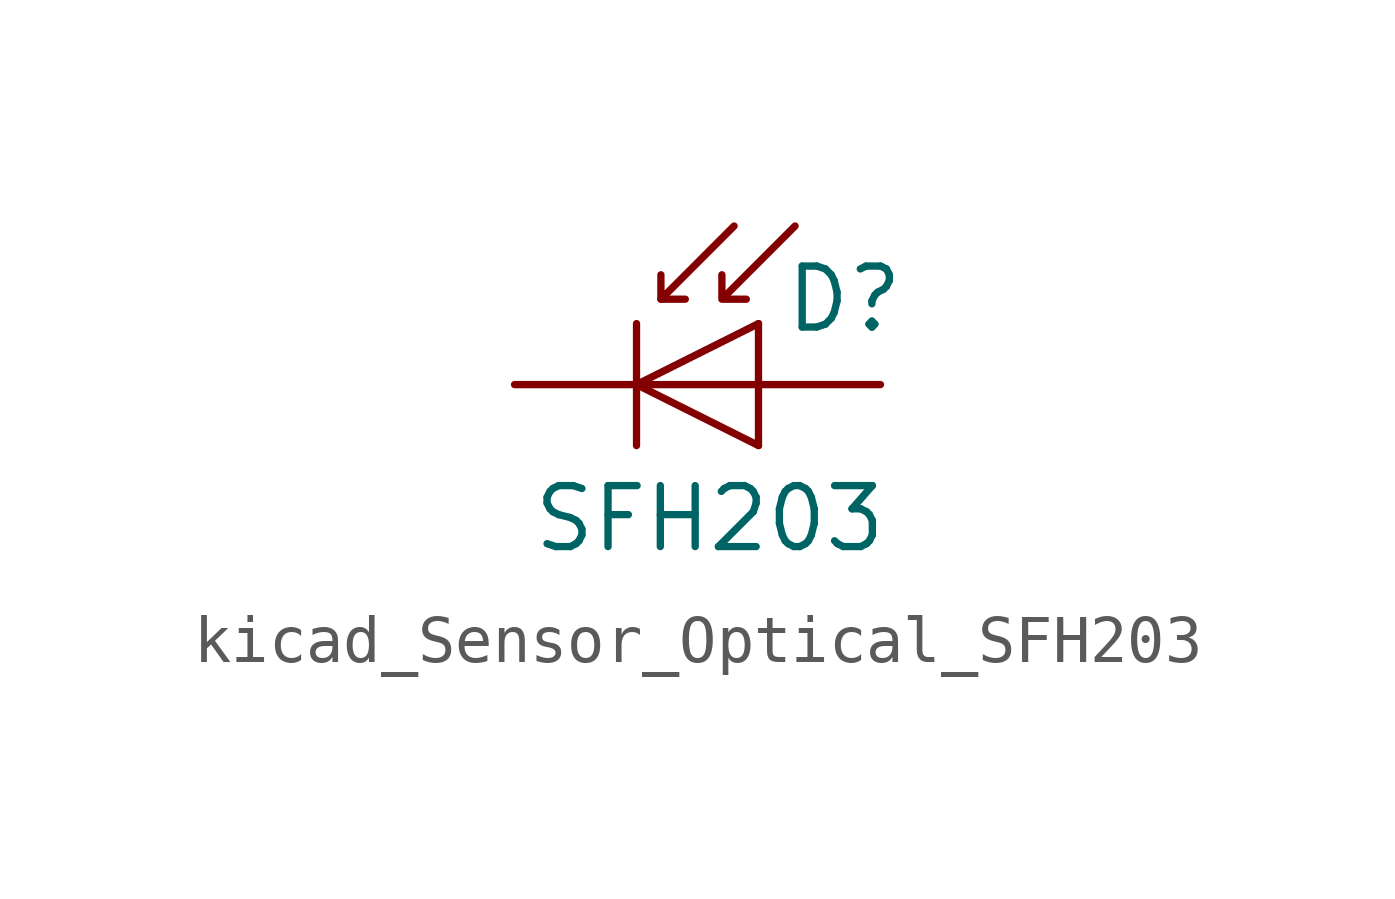
<source format=kicad_sym>
(kicad_symbol_lib
  (version 20220914)
  (generator kicad_symbol_editor)
  (symbol "kicad_Sensor_Optical_SFH203"
    (pin_numbers hide)
    (pin_names hide)
    (property "Reference" "D"
      (at 0.508 1.778 0)
      (effects (font (size 1.27 1.27)) (justify left)))
    (property "Value" "SFH203"
      (at -1.016 -2.794 0)
      (effects (font (size 1.27 1.27))))
    (symbol "kicad_Sensor_Optical_SFH203_0_1"
      (polyline (pts (xy -2.54 0) (xy 0 0)) (stroke (width 0) (type default)) (fill (type none)))
      (polyline (pts (xy -2.54 1.27) (xy -2.54 -1.27)) (stroke (width 0.152) (type default)) (fill (type none)))
      (polyline (pts (xy -2.032 1.778) (xy -1.524 1.778)) (stroke (width 0) (type default)) (fill (type none)))
      (polyline (pts (xy 0 -1.27) (xy 0 1.27)) (stroke (width 0) (type default)) (fill (type none)))
      (polyline (pts (xy -0.508 3.302) (xy -2.032 1.778) (xy -2.032 2.286)) (stroke (width 0) (type default)) (fill (type none)))
      (polyline (pts (xy 0 1.27) (xy -2.54 0) (xy 0 -1.27)) (stroke (width 0) (type default)) (fill (type none)))
      (polyline (pts (xy 0.762 3.302) (xy -0.762 1.778) (xy -0.762 2.286) (xy -0.762 1.778) (xy -0.254 1.778)) (stroke (width 0) (type default)) (fill (type none))))
    (symbol "kicad_Sensor_Optical_SFH203_1_1"
      (pin passive line (at -5.08 0 0) (length 2.54) (name "K" (effects (font (size 1.27 1.27)))) (number "1" (effects (font (size 1.27 1.27)))))
      (pin passive line (at 2.54 0 180) (length 2.54) (name "A" (effects (font (size 1.27 1.27)))) (number "2" (effects (font (size 1.27 1.27))))))))
</source>
